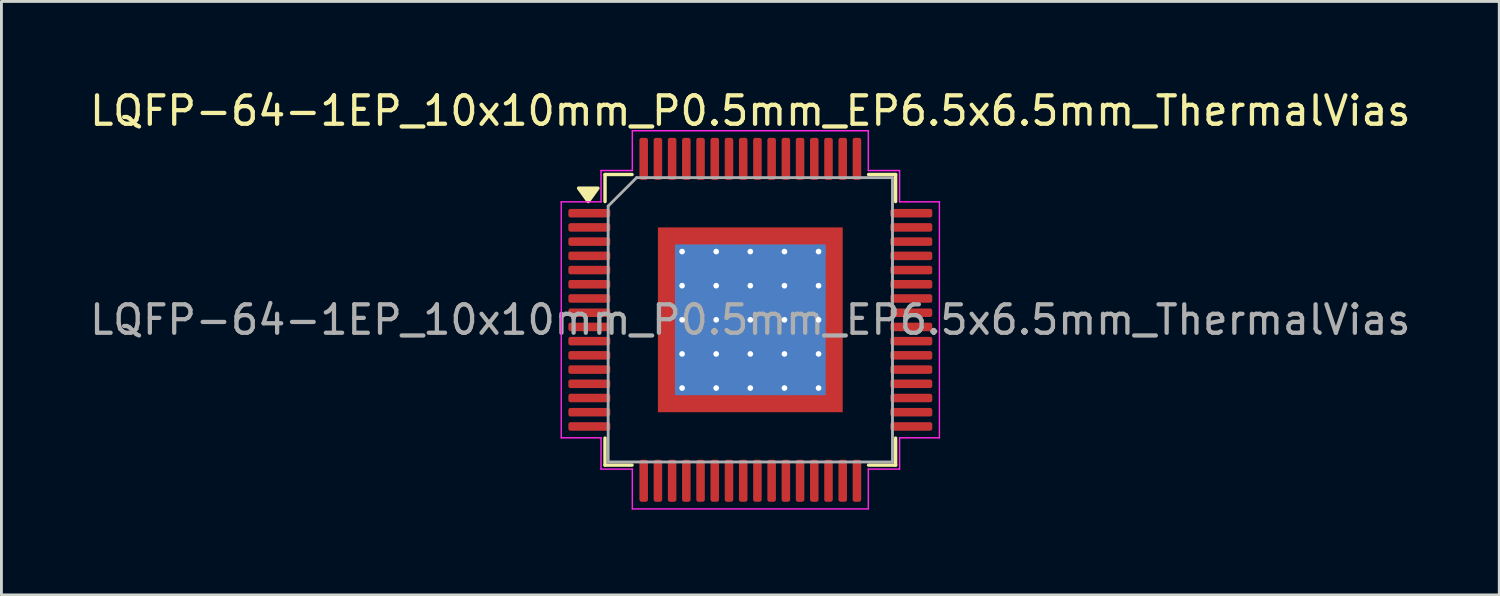
<source format=kicad_pcb>
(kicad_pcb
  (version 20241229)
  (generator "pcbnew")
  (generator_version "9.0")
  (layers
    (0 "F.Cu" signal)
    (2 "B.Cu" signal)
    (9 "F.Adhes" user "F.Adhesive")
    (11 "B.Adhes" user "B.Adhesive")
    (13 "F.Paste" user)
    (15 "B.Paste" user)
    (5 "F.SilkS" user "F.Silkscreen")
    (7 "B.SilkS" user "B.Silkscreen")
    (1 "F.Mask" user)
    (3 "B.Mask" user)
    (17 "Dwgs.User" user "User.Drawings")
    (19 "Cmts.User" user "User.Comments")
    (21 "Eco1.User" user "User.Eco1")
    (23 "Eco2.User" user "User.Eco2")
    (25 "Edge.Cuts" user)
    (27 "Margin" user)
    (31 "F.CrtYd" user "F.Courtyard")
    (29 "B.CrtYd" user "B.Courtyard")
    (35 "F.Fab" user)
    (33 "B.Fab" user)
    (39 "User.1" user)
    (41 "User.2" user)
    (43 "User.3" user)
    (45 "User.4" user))
  (footprint "LQFP-64-1EP_10x10mm_P0.5mm_EP6.5x6.5mm_ThermalVias"
    (layer "F.Cu")
    (at 23.339 8.198)
    (property "Reference" "LQFP-64-1EP_10x10mm_P0.5mm_EP6.5x6.5mm_ThermalVias" (at 0 -7.35 0) (layer "F.SilkS") (effects (font (size 1 1) (thickness 0.15))))
    (attr smd)
    (fp_line (start -5.11 -5.11) (end -5.11 -4.16) (stroke (width 0.12) (type solid)) (layer "F.SilkS"))
    (fp_line (start -5.11 5.11) (end -5.11 4.16) (stroke (width 0.12) (type solid)) (layer "F.SilkS"))
    (fp_line (start -4.16 -5.11) (end -5.11 -5.11) (stroke (width 0.12) (type solid)) (layer "F.SilkS"))
    (fp_line (start -4.16 5.11) (end -5.11 5.11) (stroke (width 0.12) (type solid)) (layer "F.SilkS"))
    (fp_line (start 4.16 -5.11) (end 5.11 -5.11) (stroke (width 0.12) (type solid)) (layer "F.SilkS"))
    (fp_line (start 4.16 5.11) (end 5.11 5.11) (stroke (width 0.12) (type solid)) (layer "F.SilkS"))
    (fp_line (start 5.11 -5.11) (end 5.11 -4.16) (stroke (width 0.12) (type solid)) (layer "F.SilkS"))
    (fp_line (start 5.11 5.11) (end 5.11 4.16) (stroke (width 0.12) (type solid)) (layer "F.SilkS"))
    (fp_poly (pts (xy -5.7 -4.16) (xy -6.04 -4.63) (xy -5.36 -4.63)) (stroke (width 0.12) (type solid)) (fill yes) (layer "F.SilkS"))
    (fp_line (start -6.65 -4.15) (end -5.25 -4.15) (stroke (width 0.05) (type solid)) (layer "F.CrtYd"))
    (fp_line (start -6.65 4.15) (end -6.65 -4.15) (stroke (width 0.05) (type solid)) (layer "F.CrtYd"))
    (fp_line (start -5.25 -5.25) (end -4.15 -5.25) (stroke (width 0.05) (type solid)) (layer "F.CrtYd"))
    (fp_line (start -5.25 -4.15) (end -5.25 -5.25) (stroke (width 0.05) (type solid)) (layer "F.CrtYd"))
    (fp_line (start -5.25 4.15) (end -6.65 4.15) (stroke (width 0.05) (type solid)) (layer "F.CrtYd"))
    (fp_line (start -5.25 5.25) (end -5.25 4.15) (stroke (width 0.05) (type solid)) (layer "F.CrtYd"))
    (fp_line (start -4.15 -6.65) (end 4.15 -6.65) (stroke (width 0.05) (type solid)) (layer "F.CrtYd"))
    (fp_line (start -4.15 -5.25) (end -4.15 -6.65) (stroke (width 0.05) (type solid)) (layer "F.CrtYd"))
    (fp_line (start -4.15 5.25) (end -5.25 5.25) (stroke (width 0.05) (type solid)) (layer "F.CrtYd"))
    (fp_line (start -4.15 6.65) (end -4.15 5.25) (stroke (width 0.05) (type solid)) (layer "F.CrtYd"))
    (fp_line (start 4.15 -6.65) (end 4.15 -5.25) (stroke (width 0.05) (type solid)) (layer "F.CrtYd"))
    (fp_line (start 4.15 -5.25) (end 5.25 -5.25) (stroke (width 0.05) (type solid)) (layer "F.CrtYd"))
    (fp_line (start 4.15 5.25) (end 4.15 6.65) (stroke (width 0.05) (type solid)) (layer "F.CrtYd"))
    (fp_line (start 4.15 6.65) (end -4.15 6.65) (stroke (width 0.05) (type solid)) (layer "F.CrtYd"))
    (fp_line (start 5.25 -5.25) (end 5.25 -4.15) (stroke (width 0.05) (type solid)) (layer "F.CrtYd"))
    (fp_line (start 5.25 -4.15) (end 6.65 -4.15) (stroke (width 0.05) (type solid)) (layer "F.CrtYd"))
    (fp_line (start 5.25 4.15) (end 5.25 5.25) (stroke (width 0.05) (type solid)) (layer "F.CrtYd"))
    (fp_line (start 5.25 5.25) (end 4.15 5.25) (stroke (width 0.05) (type solid)) (layer "F.CrtYd"))
    (fp_line (start 6.65 -4.15) (end 6.65 4.15) (stroke (width 0.05) (type solid)) (layer "F.CrtYd"))
    (fp_line (start 6.65 4.15) (end 5.25 4.15) (stroke (width 0.05) (type solid)) (layer "F.CrtYd"))
    (fp_line (start -5 -4) (end -4 -5) (stroke (width 0.1) (type solid)) (layer "F.Fab"))
    (fp_line (start -5 5) (end -5 -4) (stroke (width 0.1) (type solid)) (layer "F.Fab"))
    (fp_line (start -4 -5) (end 5 -5) (stroke (width 0.1) (type solid)) (layer "F.Fab"))
    (fp_line (start 5 -5) (end 5 5) (stroke (width 0.1) (type solid)) (layer "F.Fab"))
    (fp_line (start 5 5) (end -5 5) (stroke (width 0.1) (type solid)) (layer "F.Fab"))
    (fp_text user "${REFERENCE}" (at 0 0 0) (layer "F.Fab") (effects (font (size 1 1) (thickness 0.15))))
    (pad "" smd roundrect (at -2.6 -2.6) (size 1.05 1.05) (layers "F.Paste") (roundrect_rratio 0.238))
    (pad "" smd roundrect (at -2.6 -1.3) (size 1.05 1.05) (layers "F.Paste") (roundrect_rratio 0.238))
    (pad "" smd roundrect (at -2.6 0) (size 1.05 1.05) (layers "F.Paste") (roundrect_rratio 0.238))
    (pad "" smd roundrect (at -2.6 1.3) (size 1.05 1.05) (layers "F.Paste") (roundrect_rratio 0.238))
    (pad "" smd roundrect (at -2.6 2.6) (size 1.05 1.05) (layers "F.Paste") (roundrect_rratio 0.238))
    (pad "" smd roundrect (at -1.3 -2.6) (size 1.05 1.05) (layers "F.Paste") (roundrect_rratio 0.238))
    (pad "" smd roundrect (at -1.3 -1.3) (size 1.05 1.05) (layers "F.Paste") (roundrect_rratio 0.238))
    (pad "" smd roundrect (at -1.3 0) (size 1.05 1.05) (layers "F.Paste") (roundrect_rratio 0.238))
    (pad "" smd roundrect (at -1.3 1.3) (size 1.05 1.05) (layers "F.Paste") (roundrect_rratio 0.238))
    (pad "" smd roundrect (at -1.3 2.6) (size 1.05 1.05) (layers "F.Paste") (roundrect_rratio 0.238))
    (pad "" smd roundrect (at 0 -2.6) (size 1.05 1.05) (layers "F.Paste") (roundrect_rratio 0.238))
    (pad "" smd roundrect (at 0 -1.3) (size 1.05 1.05) (layers "F.Paste") (roundrect_rratio 0.238))
    (pad "" smd roundrect (at 0 0) (size 1.05 1.05) (layers "F.Paste") (roundrect_rratio 0.238))
    (pad "" smd roundrect (at 0 1.3) (size 1.05 1.05) (layers "F.Paste") (roundrect_rratio 0.238))
    (pad "" smd roundrect (at 0 2.6) (size 1.05 1.05) (layers "F.Paste") (roundrect_rratio 0.238))
    (pad "" smd roundrect (at 1.3 -2.6) (size 1.05 1.05) (layers "F.Paste") (roundrect_rratio 0.238))
    (pad "" smd roundrect (at 1.3 -1.3) (size 1.05 1.05) (layers "F.Paste") (roundrect_rratio 0.238))
    (pad "" smd roundrect (at 1.3 0) (size 1.05 1.05) (layers "F.Paste") (roundrect_rratio 0.238))
    (pad "" smd roundrect (at 1.3 1.3) (size 1.05 1.05) (layers "F.Paste") (roundrect_rratio 0.238))
    (pad "" smd roundrect (at 1.3 2.6) (size 1.05 1.05) (layers "F.Paste") (roundrect_rratio 0.238))
    (pad "" smd roundrect (at 2.6 -2.6) (size 1.05 1.05) (layers "F.Paste") (roundrect_rratio 0.238))
    (pad "" smd roundrect (at 2.6 -1.3) (size 1.05 1.05) (layers "F.Paste") (roundrect_rratio 0.238))
    (pad "" smd roundrect (at 2.6 0) (size 1.05 1.05) (layers "F.Paste") (roundrect_rratio 0.238))
    (pad "" smd roundrect (at 2.6 1.3) (size 1.05 1.05) (layers "F.Paste") (roundrect_rratio 0.238))
    (pad "" smd roundrect (at 2.6 2.6) (size 1.05 1.05) (layers "F.Paste") (roundrect_rratio 0.238))
    (pad "1" smd roundrect (at -5.662 -3.75) (size 1.475 0.3) (layers "F.Cu" "F.Mask" "F.Paste") (roundrect_rratio 0.25))
    (pad "2" smd roundrect (at -5.662 -3.25) (size 1.475 0.3) (layers "F.Cu" "F.Mask" "F.Paste") (roundrect_rratio 0.25))
    (pad "3" smd roundrect (at -5.662 -2.75) (size 1.475 0.3) (layers "F.Cu" "F.Mask" "F.Paste") (roundrect_rratio 0.25))
    (pad "4" smd roundrect (at -5.662 -2.25) (size 1.475 0.3) (layers "F.Cu" "F.Mask" "F.Paste") (roundrect_rratio 0.25))
    (pad "5" smd roundrect (at -5.662 -1.75) (size 1.475 0.3) (layers "F.Cu" "F.Mask" "F.Paste") (roundrect_rratio 0.25))
    (pad "6" smd roundrect (at -5.662 -1.25) (size 1.475 0.3) (layers "F.Cu" "F.Mask" "F.Paste") (roundrect_rratio 0.25))
    (pad "7" smd roundrect (at -5.662 -0.75) (size 1.475 0.3) (layers "F.Cu" "F.Mask" "F.Paste") (roundrect_rratio 0.25))
    (pad "8" smd roundrect (at -5.662 -0.25) (size 1.475 0.3) (layers "F.Cu" "F.Mask" "F.Paste") (roundrect_rratio 0.25))
    (pad "9" smd roundrect (at -5.662 0.25) (size 1.475 0.3) (layers "F.Cu" "F.Mask" "F.Paste") (roundrect_rratio 0.25))
    (pad "10" smd roundrect (at -5.662 0.75) (size 1.475 0.3) (layers "F.Cu" "F.Mask" "F.Paste") (roundrect_rratio 0.25))
    (pad "11" smd roundrect (at -5.662 1.25) (size 1.475 0.3) (layers "F.Cu" "F.Mask" "F.Paste") (roundrect_rratio 0.25))
    (pad "12" smd roundrect (at -5.662 1.75) (size 1.475 0.3) (layers "F.Cu" "F.Mask" "F.Paste") (roundrect_rratio 0.25))
    (pad "13" smd roundrect (at -5.662 2.25) (size 1.475 0.3) (layers "F.Cu" "F.Mask" "F.Paste") (roundrect_rratio 0.25))
    (pad "14" smd roundrect (at -5.662 2.75) (size 1.475 0.3) (layers "F.Cu" "F.Mask" "F.Paste") (roundrect_rratio 0.25))
    (pad "15" smd roundrect (at -5.662 3.25) (size 1.475 0.3) (layers "F.Cu" "F.Mask" "F.Paste") (roundrect_rratio 0.25))
    (pad "16" smd roundrect (at -5.662 3.75) (size 1.475 0.3) (layers "F.Cu" "F.Mask" "F.Paste") (roundrect_rratio 0.25))
    (pad "17" smd roundrect (at -3.75 5.662) (size 0.3 1.475) (layers "F.Cu" "F.Mask" "F.Paste") (roundrect_rratio 0.25))
    (pad "18" smd roundrect (at -3.25 5.662) (size 0.3 1.475) (layers "F.Cu" "F.Mask" "F.Paste") (roundrect_rratio 0.25))
    (pad "19" smd roundrect (at -2.75 5.662) (size 0.3 1.475) (layers "F.Cu" "F.Mask" "F.Paste") (roundrect_rratio 0.25))
    (pad "20" smd roundrect (at -2.25 5.662) (size 0.3 1.475) (layers "F.Cu" "F.Mask" "F.Paste") (roundrect_rratio 0.25))
    (pad "21" smd roundrect (at -1.75 5.662) (size 0.3 1.475) (layers "F.Cu" "F.Mask" "F.Paste") (roundrect_rratio 0.25))
    (pad "22" smd roundrect (at -1.25 5.662) (size 0.3 1.475) (layers "F.Cu" "F.Mask" "F.Paste") (roundrect_rratio 0.25))
    (pad "23" smd roundrect (at -0.75 5.662) (size 0.3 1.475) (layers "F.Cu" "F.Mask" "F.Paste") (roundrect_rratio 0.25))
    (pad "24" smd roundrect (at -0.25 5.662) (size 0.3 1.475) (layers "F.Cu" "F.Mask" "F.Paste") (roundrect_rratio 0.25))
    (pad "25" smd roundrect (at 0.25 5.662) (size 0.3 1.475) (layers "F.Cu" "F.Mask" "F.Paste") (roundrect_rratio 0.25))
    (pad "26" smd roundrect (at 0.75 5.662) (size 0.3 1.475) (layers "F.Cu" "F.Mask" "F.Paste") (roundrect_rratio 0.25))
    (pad "27" smd roundrect (at 1.25 5.662) (size 0.3 1.475) (layers "F.Cu" "F.Mask" "F.Paste") (roundrect_rratio 0.25))
    (pad "28" smd roundrect (at 1.75 5.662) (size 0.3 1.475) (layers "F.Cu" "F.Mask" "F.Paste") (roundrect_rratio 0.25))
    (pad "29" smd roundrect (at 2.25 5.662) (size 0.3 1.475) (layers "F.Cu" "F.Mask" "F.Paste") (roundrect_rratio 0.25))
    (pad "30" smd roundrect (at 2.75 5.662) (size 0.3 1.475) (layers "F.Cu" "F.Mask" "F.Paste") (roundrect_rratio 0.25))
    (pad "31" smd roundrect (at 3.25 5.662) (size 0.3 1.475) (layers "F.Cu" "F.Mask" "F.Paste") (roundrect_rratio 0.25))
    (pad "32" smd roundrect (at 3.75 5.662) (size 0.3 1.475) (layers "F.Cu" "F.Mask" "F.Paste") (roundrect_rratio 0.25))
    (pad "33" smd roundrect (at 5.662 3.75) (size 1.475 0.3) (layers "F.Cu" "F.Mask" "F.Paste") (roundrect_rratio 0.25))
    (pad "34" smd roundrect (at 5.662 3.25) (size 1.475 0.3) (layers "F.Cu" "F.Mask" "F.Paste") (roundrect_rratio 0.25))
    (pad "35" smd roundrect (at 5.662 2.75) (size 1.475 0.3) (layers "F.Cu" "F.Mask" "F.Paste") (roundrect_rratio 0.25))
    (pad "36" smd roundrect (at 5.662 2.25) (size 1.475 0.3) (layers "F.Cu" "F.Mask" "F.Paste") (roundrect_rratio 0.25))
    (pad "37" smd roundrect (at 5.662 1.75) (size 1.475 0.3) (layers "F.Cu" "F.Mask" "F.Paste") (roundrect_rratio 0.25))
    (pad "38" smd roundrect (at 5.662 1.25) (size 1.475 0.3) (layers "F.Cu" "F.Mask" "F.Paste") (roundrect_rratio 0.25))
    (pad "39" smd roundrect (at 5.662 0.75) (size 1.475 0.3) (layers "F.Cu" "F.Mask" "F.Paste") (roundrect_rratio 0.25))
    (pad "40" smd roundrect (at 5.662 0.25) (size 1.475 0.3) (layers "F.Cu" "F.Mask" "F.Paste") (roundrect_rratio 0.25))
    (pad "41" smd roundrect (at 5.662 -0.25) (size 1.475 0.3) (layers "F.Cu" "F.Mask" "F.Paste") (roundrect_rratio 0.25))
    (pad "42" smd roundrect (at 5.662 -0.75) (size 1.475 0.3) (layers "F.Cu" "F.Mask" "F.Paste") (roundrect_rratio 0.25))
    (pad "43" smd roundrect (at 5.662 -1.25) (size 1.475 0.3) (layers "F.Cu" "F.Mask" "F.Paste") (roundrect_rratio 0.25))
    (pad "44" smd roundrect (at 5.662 -1.75) (size 1.475 0.3) (layers "F.Cu" "F.Mask" "F.Paste") (roundrect_rratio 0.25))
    (pad "45" smd roundrect (at 5.662 -2.25) (size 1.475 0.3) (layers "F.Cu" "F.Mask" "F.Paste") (roundrect_rratio 0.25))
    (pad "46" smd roundrect (at 5.662 -2.75) (size 1.475 0.3) (layers "F.Cu" "F.Mask" "F.Paste") (roundrect_rratio 0.25))
    (pad "47" smd roundrect (at 5.662 -3.25) (size 1.475 0.3) (layers "F.Cu" "F.Mask" "F.Paste") (roundrect_rratio 0.25))
    (pad "48" smd roundrect (at 5.662 -3.75) (size 1.475 0.3) (layers "F.Cu" "F.Mask" "F.Paste") (roundrect_rratio 0.25))
    (pad "49" smd roundrect (at 3.75 -5.662) (size 0.3 1.475) (layers "F.Cu" "F.Mask" "F.Paste") (roundrect_rratio 0.25))
    (pad "50" smd roundrect (at 3.25 -5.662) (size 0.3 1.475) (layers "F.Cu" "F.Mask" "F.Paste") (roundrect_rratio 0.25))
    (pad "51" smd roundrect (at 2.75 -5.662) (size 0.3 1.475) (layers "F.Cu" "F.Mask" "F.Paste") (roundrect_rratio 0.25))
    (pad "52" smd roundrect (at 2.25 -5.662) (size 0.3 1.475) (layers "F.Cu" "F.Mask" "F.Paste") (roundrect_rratio 0.25))
    (pad "53" smd roundrect (at 1.75 -5.662) (size 0.3 1.475) (layers "F.Cu" "F.Mask" "F.Paste") (roundrect_rratio 0.25))
    (pad "54" smd roundrect (at 1.25 -5.662) (size 0.3 1.475) (layers "F.Cu" "F.Mask" "F.Paste") (roundrect_rratio 0.25))
    (pad "55" smd roundrect (at 0.75 -5.662) (size 0.3 1.475) (layers "F.Cu" "F.Mask" "F.Paste") (roundrect_rratio 0.25))
    (pad "56" smd roundrect (at 0.25 -5.662) (size 0.3 1.475) (layers "F.Cu" "F.Mask" "F.Paste") (roundrect_rratio 0.25))
    (pad "57" smd roundrect (at -0.25 -5.662) (size 0.3 1.475) (layers "F.Cu" "F.Mask" "F.Paste") (roundrect_rratio 0.25))
    (pad "58" smd roundrect (at -0.75 -5.662) (size 0.3 1.475) (layers "F.Cu" "F.Mask" "F.Paste") (roundrect_rratio 0.25))
    (pad "59" smd roundrect (at -1.25 -5.662) (size 0.3 1.475) (layers "F.Cu" "F.Mask" "F.Paste") (roundrect_rratio 0.25))
    (pad "60" smd roundrect (at -1.75 -5.662) (size 0.3 1.475) (layers "F.Cu" "F.Mask" "F.Paste") (roundrect_rratio 0.25))
    (pad "61" smd roundrect (at -2.25 -5.662) (size 0.3 1.475) (layers "F.Cu" "F.Mask" "F.Paste") (roundrect_rratio 0.25))
    (pad "62" smd roundrect (at -2.75 -5.662) (size 0.3 1.475) (layers "F.Cu" "F.Mask" "F.Paste") (roundrect_rratio 0.25))
    (pad "63" smd roundrect (at -3.25 -5.662) (size 0.3 1.475) (layers "F.Cu" "F.Mask" "F.Paste") (roundrect_rratio 0.25))
    (pad "64" smd roundrect (at -3.75 -5.662) (size 0.3 1.475) (layers "F.Cu" "F.Mask" "F.Paste") (roundrect_rratio 0.25))
    (pad "65" thru_hole circle (at -2.4 -2.4) (size 0.5 0.5) (drill 0.2) (property pad_prop_heatsink) (layers "*.Cu"))
    (pad "65" thru_hole circle (at -2.4 -1.2) (size 0.5 0.5) (drill 0.2) (property pad_prop_heatsink) (layers "*.Cu"))
    (pad "65" thru_hole circle (at -2.4 0) (size 0.5 0.5) (drill 0.2) (property pad_prop_heatsink) (layers "*.Cu"))
    (pad "65" thru_hole circle (at -2.4 1.2) (size 0.5 0.5) (drill 0.2) (property pad_prop_heatsink) (layers "*.Cu"))
    (pad "65" thru_hole circle (at -2.4 2.4) (size 0.5 0.5) (drill 0.2) (property pad_prop_heatsink) (layers "*.Cu"))
    (pad "65" thru_hole circle (at -1.2 -2.4) (size 0.5 0.5) (drill 0.2) (property pad_prop_heatsink) (layers "*.Cu"))
    (pad "65" thru_hole circle (at -1.2 -1.2) (size 0.5 0.5) (drill 0.2) (property pad_prop_heatsink) (layers "*.Cu"))
    (pad "65" thru_hole circle (at -1.2 0) (size 0.5 0.5) (drill 0.2) (property pad_prop_heatsink) (layers "*.Cu"))
    (pad "65" thru_hole circle (at -1.2 1.2) (size 0.5 0.5) (drill 0.2) (property pad_prop_heatsink) (layers "*.Cu"))
    (pad "65" thru_hole circle (at -1.2 2.4) (size 0.5 0.5) (drill 0.2) (property pad_prop_heatsink) (layers "*.Cu"))
    (pad "65" thru_hole circle (at 0 -2.4) (size 0.5 0.5) (drill 0.2) (property pad_prop_heatsink) (layers "*.Cu"))
    (pad "65" thru_hole circle (at 0 -1.2) (size 0.5 0.5) (drill 0.2) (property pad_prop_heatsink) (layers "*.Cu"))
    (pad "65" thru_hole circle (at 0 0) (size 0.5 0.5) (drill 0.2) (property pad_prop_heatsink) (layers "*.Cu"))
    (pad "65" smd rect (at 0 0) (size 5.3 5.3) (property pad_prop_heatsink) (layers "B.Cu"))
    (pad "65" smd rect (at 0 0) (size 6.5 6.5) (property pad_prop_heatsink) (layers "F.Cu" "F.Mask"))
    (pad "65" thru_hole circle (at 0 1.2) (size 0.5 0.5) (drill 0.2) (property pad_prop_heatsink) (layers "*.Cu"))
    (pad "65" thru_hole circle (at 0 2.4) (size 0.5 0.5) (drill 0.2) (property pad_prop_heatsink) (layers "*.Cu"))
    (pad "65" thru_hole circle (at 1.2 -2.4) (size 0.5 0.5) (drill 0.2) (property pad_prop_heatsink) (layers "*.Cu"))
    (pad "65" thru_hole circle (at 1.2 -1.2) (size 0.5 0.5) (drill 0.2) (property pad_prop_heatsink) (layers "*.Cu"))
    (pad "65" thru_hole circle (at 1.2 0) (size 0.5 0.5) (drill 0.2) (property pad_prop_heatsink) (layers "*.Cu"))
    (pad "65" thru_hole circle (at 1.2 1.2) (size 0.5 0.5) (drill 0.2) (property pad_prop_heatsink) (layers "*.Cu"))
    (pad "65" thru_hole circle (at 1.2 2.4) (size 0.5 0.5) (drill 0.2) (property pad_prop_heatsink) (layers "*.Cu"))
    (pad "65" thru_hole circle (at 2.4 -2.4) (size 0.5 0.5) (drill 0.2) (property pad_prop_heatsink) (layers "*.Cu"))
    (pad "65" thru_hole circle (at 2.4 -1.2) (size 0.5 0.5) (drill 0.2) (property pad_prop_heatsink) (layers "*.Cu"))
    (pad "65" thru_hole circle (at 2.4 0) (size 0.5 0.5) (drill 0.2) (property pad_prop_heatsink) (layers "*.Cu"))
    (pad "65" thru_hole circle (at 2.4 1.2) (size 0.5 0.5) (drill 0.2) (property pad_prop_heatsink) (layers "*.Cu"))
    (pad "65" thru_hole circle (at 2.4 2.4) (size 0.5 0.5) (drill 0.2) (property pad_prop_heatsink) (layers "*.Cu")))
  (gr_rect
    (start -3 -3)
    (end 49.679 17.873)
    (stroke (width 0.1) (type default))
    (fill no)
    (layer "Edge.Cuts")))
</source>
